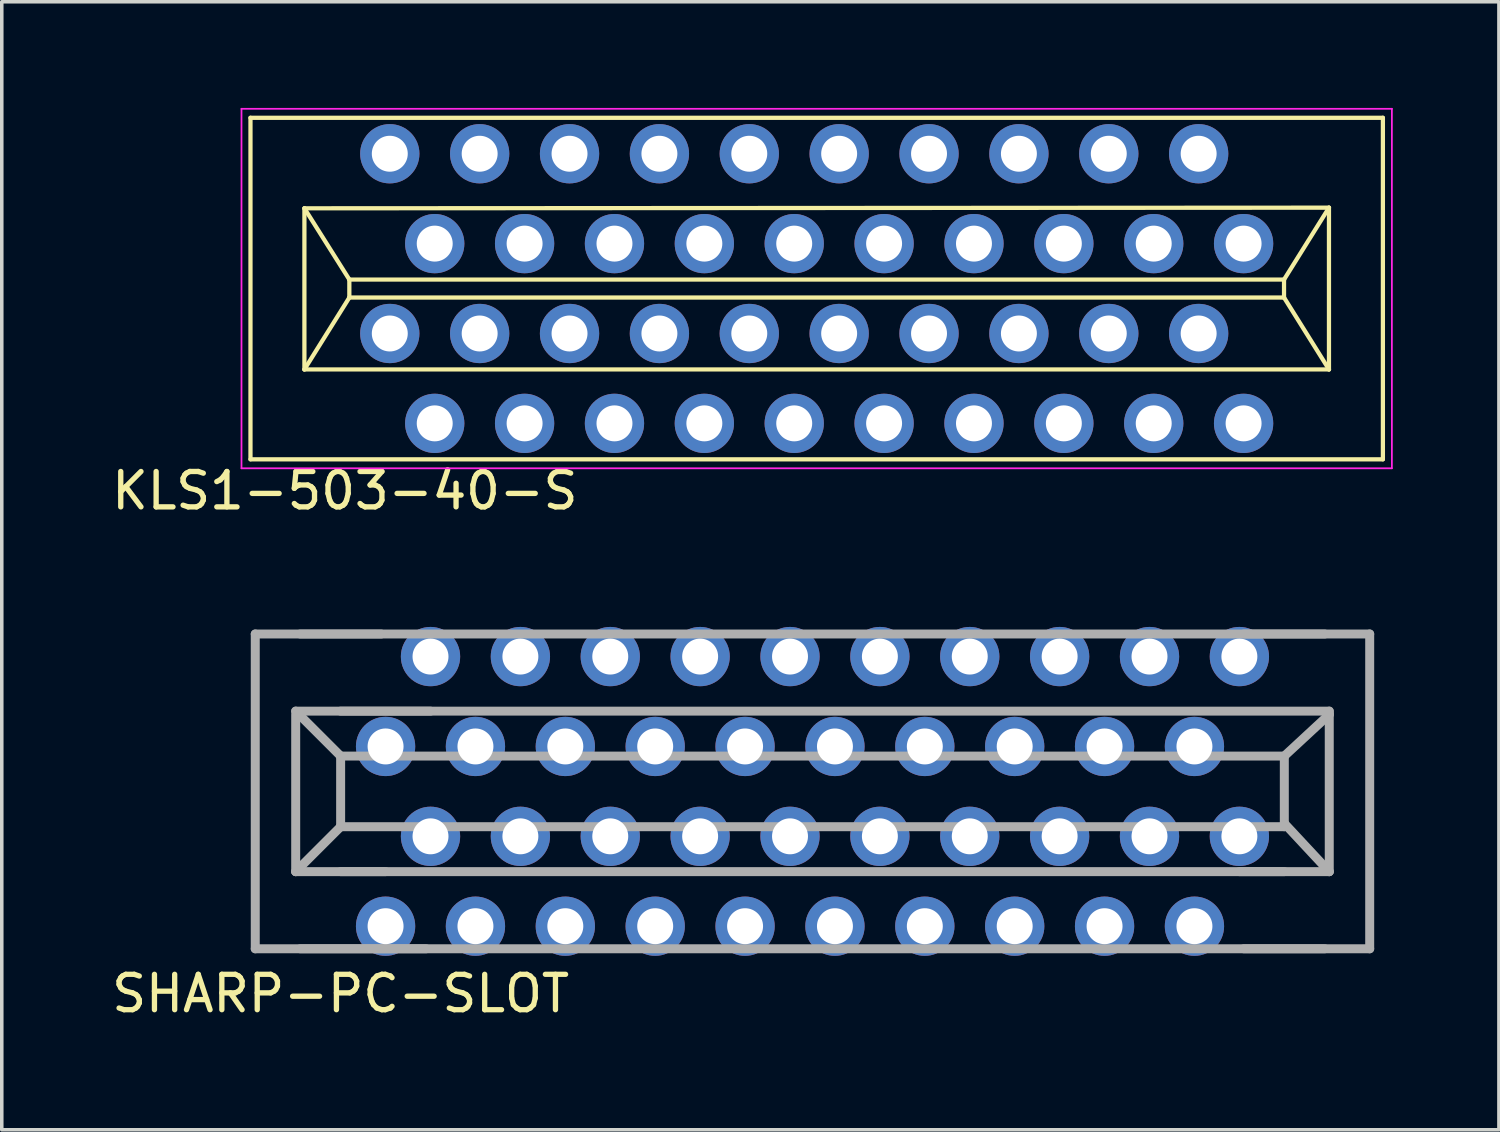
<source format=kicad_pcb>
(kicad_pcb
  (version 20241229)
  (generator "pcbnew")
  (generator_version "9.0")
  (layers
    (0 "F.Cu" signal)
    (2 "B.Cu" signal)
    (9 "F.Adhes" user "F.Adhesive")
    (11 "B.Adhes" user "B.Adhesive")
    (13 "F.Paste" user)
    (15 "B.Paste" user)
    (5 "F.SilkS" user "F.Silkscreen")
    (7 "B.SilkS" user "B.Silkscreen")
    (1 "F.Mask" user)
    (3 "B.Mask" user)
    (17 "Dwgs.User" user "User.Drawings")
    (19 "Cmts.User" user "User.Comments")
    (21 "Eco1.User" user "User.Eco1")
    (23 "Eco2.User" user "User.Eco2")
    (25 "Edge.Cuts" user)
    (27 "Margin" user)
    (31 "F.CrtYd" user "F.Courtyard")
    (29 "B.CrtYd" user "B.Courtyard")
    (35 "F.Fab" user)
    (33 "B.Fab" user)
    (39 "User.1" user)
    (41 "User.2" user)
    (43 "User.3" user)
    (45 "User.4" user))
  (footprint "KLS1-503-40-S"
    (layer "F.Cu")
    (at 20.031 5.105)
    (property "Reference" "KLS1-503-40-S" (at -13.335 5.715 0) (layer "F.SilkS") (effects (font (size 1 1) (thickness 0.15))))
    (attr exclude_from_pos_files exclude_from_bom)
    (fp_line (start -16.002 -4.826) (end -16.002 4.826) (stroke (width 0.12) (type solid)) (layer "F.SilkS"))
    (fp_line (start -16.002 4.826) (end 16.002 4.826) (stroke (width 0.12) (type solid)) (layer "F.SilkS"))
    (fp_line (start -14.478 -2.268) (end -14.478 2.286) (stroke (width 0.12) (type solid)) (layer "F.SilkS"))
    (fp_line (start -14.478 -2.268) (end -13.208 -0.254) (stroke (width 0.12) (type solid)) (layer "F.SilkS"))
    (fp_line (start -14.478 2.286) (end -13.208 0.254) (stroke (width 0.12) (type solid)) (layer "F.SilkS"))
    (fp_line (start -14.478 2.286) (end 14.478 2.286) (stroke (width 0.12) (type solid)) (layer "F.SilkS"))
    (fp_line (start -13.208 -0.254) (end -13.208 0.254) (stroke (width 0.12) (type solid)) (layer "F.SilkS"))
    (fp_line (start -13.208 0.254) (end 13.208 0.254) (stroke (width 0.12) (type solid)) (layer "F.SilkS"))
    (fp_line (start 13.208 -0.254) (end -13.208 -0.254) (stroke (width 0.12) (type solid)) (layer "F.SilkS"))
    (fp_line (start 13.208 0.254) (end 13.208 -0.254) (stroke (width 0.12) (type solid)) (layer "F.SilkS"))
    (fp_line (start 14.478 -2.286) (end -14.478 -2.268) (stroke (width 0.12) (type solid)) (layer "F.SilkS"))
    (fp_line (start 14.478 -2.286) (end 13.208 -0.254) (stroke (width 0.12) (type solid)) (layer "F.SilkS"))
    (fp_line (start 14.478 2.286) (end 13.208 0.254) (stroke (width 0.12) (type solid)) (layer "F.SilkS"))
    (fp_line (start 14.478 2.286) (end 14.478 -2.286) (stroke (width 0.12) (type solid)) (layer "F.SilkS"))
    (fp_line (start 16.002 -4.826) (end -16.002 -4.826) (stroke (width 0.12) (type solid)) (layer "F.SilkS"))
    (fp_line (start 16.002 4.826) (end 16.002 -4.826) (stroke (width 0.12) (type solid)) (layer "F.SilkS"))
    (fp_line (start -16.256 -5.08) (end 16.256 -5.08) (stroke (width 0.05) (type solid)) (layer "F.CrtYd"))
    (fp_line (start -16.256 5.08) (end -16.256 -5.08) (stroke (width 0.05) (type solid)) (layer "F.CrtYd"))
    (fp_line (start 16.256 -5.08) (end 16.256 5.08) (stroke (width 0.05) (type solid)) (layer "F.CrtYd"))
    (fp_line (start 16.256 5.08) (end -16.256 5.08) (stroke (width 0.05) (type solid)) (layer "F.CrtYd"))
    (pad "1" thru_hole circle (at -12.065 1.27) (size 1.676 1.676) (drill 1.016) (layers "*.Cu" "*.Mask"))
    (pad "2" thru_hole circle (at -10.795 3.81) (size 1.676 1.676) (drill 1.016) (layers "*.Cu" "*.Mask"))
    (pad "3" thru_hole circle (at -9.525 1.27) (size 1.676 1.676) (drill 1.016) (layers "*.Cu" "*.Mask"))
    (pad "4" thru_hole circle (at -8.255 3.81) (size 1.676 1.676) (drill 1.016) (layers "*.Cu" "*.Mask"))
    (pad "5" thru_hole circle (at -6.985 1.27 90) (size 1.676 1.676) (drill 1.016) (layers "*.Cu" "*.Mask"))
    (pad "6" thru_hole circle (at -5.715 3.81) (size 1.676 1.676) (drill 1.016) (layers "*.Cu" "*.Mask"))
    (pad "7" thru_hole circle (at -4.445 1.27) (size 1.676 1.676) (drill 1.016) (layers "*.Cu" "*.Mask"))
    (pad "8" thru_hole circle (at -3.175 3.81) (size 1.676 1.676) (drill 1.016) (layers "*.Cu" "*.Mask"))
    (pad "9" thru_hole circle (at -1.905 1.27) (size 1.676 1.676) (drill 1.016) (layers "*.Cu" "*.Mask"))
    (pad "10" thru_hole circle (at -0.635 3.81) (size 1.676 1.676) (drill 1.016) (layers "*.Cu" "*.Mask"))
    (pad "11" thru_hole circle (at 0.635 1.27) (size 1.676 1.676) (drill 1.016) (layers "*.Cu" "*.Mask"))
    (pad "12" thru_hole circle (at 1.905 3.81) (size 1.676 1.676) (drill 1.016) (layers "*.Cu" "*.Mask"))
    (pad "13" thru_hole circle (at 3.175 1.27) (size 1.676 1.676) (drill 1.016) (layers "*.Cu" "*.Mask"))
    (pad "14" thru_hole circle (at 4.445 3.81) (size 1.676 1.676) (drill 1.016) (layers "*.Cu" "*.Mask"))
    (pad "15" thru_hole circle (at 5.715 1.27) (size 1.676 1.676) (drill 1.016) (layers "*.Cu" "*.Mask"))
    (pad "16" thru_hole circle (at 6.985 3.81) (size 1.676 1.676) (drill 1.016) (layers "*.Cu" "*.Mask"))
    (pad "17" thru_hole circle (at 8.255 1.27) (size 1.676 1.676) (drill 1.016) (layers "*.Cu" "*.Mask"))
    (pad "18" thru_hole circle (at 9.525 3.81) (size 1.676 1.676) (drill 1.016) (layers "*.Cu" "*.Mask"))
    (pad "19" thru_hole circle (at 10.795 1.27) (size 1.676 1.676) (drill 1.016) (layers "*.Cu" "*.Mask"))
    (pad "20" thru_hole circle (at 12.065 3.81) (size 1.676 1.676) (drill 1.016) (layers "*.Cu" "*.Mask"))
    (pad "21" thru_hole circle (at -12.065 -3.81) (size 1.676 1.676) (drill 1.016) (layers "*.Cu" "*.Mask"))
    (pad "22" thru_hole circle (at -10.795 -1.27) (size 1.676 1.676) (drill 1.016) (layers "*.Cu" "*.Mask"))
    (pad "23" thru_hole circle (at -9.525 -3.81) (size 1.676 1.676) (drill 1.016) (layers "*.Cu" "*.Mask"))
    (pad "24" thru_hole circle (at -8.255 -1.27) (size 1.676 1.676) (drill 1.016) (layers "*.Cu" "*.Mask"))
    (pad "25" thru_hole circle (at -6.985 -3.81) (size 1.676 1.676) (drill 1.016) (layers "*.Cu" "*.Mask"))
    (pad "26" thru_hole circle (at -5.715 -1.27) (size 1.676 1.676) (drill 1.016) (layers "*.Cu" "*.Mask"))
    (pad "27" thru_hole circle (at -4.445 -3.81) (size 1.676 1.676) (drill 1.016) (layers "*.Cu" "*.Mask"))
    (pad "28" thru_hole circle (at -3.175 -1.27) (size 1.676 1.676) (drill 1.016) (layers "*.Cu" "*.Mask"))
    (pad "29" thru_hole circle (at -1.905 -3.81) (size 1.676 1.676) (drill 1.016) (layers "*.Cu" "*.Mask"))
    (pad "30" thru_hole circle (at -0.635 -1.27) (size 1.676 1.676) (drill 1.016) (layers "*.Cu" "*.Mask"))
    (pad "31" thru_hole circle (at 0.635 -3.81) (size 1.676 1.676) (drill 1.016) (layers "*.Cu" "*.Mask"))
    (pad "32" thru_hole circle (at 1.905 -1.27) (size 1.676 1.676) (drill 1.016) (layers "*.Cu" "*.Mask"))
    (pad "33" thru_hole circle (at 3.175 -3.81) (size 1.676 1.676) (drill 1.016) (layers "*.Cu" "*.Mask"))
    (pad "34" thru_hole circle (at 4.445 -1.27) (size 1.676 1.676) (drill 1.016) (layers "*.Cu" "*.Mask"))
    (pad "35" thru_hole circle (at 5.715 -3.81) (size 1.676 1.676) (drill 1.016) (layers "*.Cu" "*.Mask"))
    (pad "36" thru_hole circle (at 6.985 -1.27) (size 1.676 1.676) (drill 1.016) (layers "*.Cu" "*.Mask"))
    (pad "37" thru_hole circle (at 8.255 -3.81) (size 1.676 1.676) (drill 1.016) (layers "*.Cu" "*.Mask"))
    (pad "38" thru_hole circle (at 9.525 -1.27) (size 1.676 1.676) (drill 1.016) (layers "*.Cu" "*.Mask"))
    (pad "39" thru_hole circle (at 10.795 -3.81) (size 1.676 1.676) (drill 1.016) (layers "*.Cu" "*.Mask"))
    (pad "40" thru_hole circle (at 12.065 -1.27) (size 1.676 1.676) (drill 1.016) (layers "*.Cu" "*.Mask")))
  (footprint "SHARP-PC-SLOT"
    (layer "F.Cu")
    (at 19.912 19.316)
    (property "Reference" "SHARP-PC-SLOT" (at -13.335 5.715 0) (layer "F.SilkS") (effects (font (size 1 1) (thickness 0.15))))
    (attr exclude_from_pos_files exclude_from_bom)
    (fp_line (start -15.748 -4.448) (end -15.748 4.448) (stroke (width 0.254) (type solid)) (layer "F.Fab"))
    (fp_line (start -15.748 4.448) (end -10.919 4.448) (stroke (width 0.254) (type solid)) (layer "F.Fab"))
    (fp_line (start -14.605 -2.268) (end -13.335 -0.998) (stroke (width 0.254) (type solid)) (layer "F.Fab"))
    (fp_line (start -14.605 -2.174) (end -14.605 2.268) (stroke (width 0.254) (type solid)) (layer "F.Fab"))
    (fp_line (start -14.605 2.268) (end -13.335 0.998) (stroke (width 0.254) (type solid)) (layer "F.Fab"))
    (fp_line (start -14.605 2.268) (end -12.065 2.268) (stroke (width 0.254) (type solid)) (layer "F.Fab"))
    (fp_line (start -14.478 4.448) (end 14.478 4.448) (stroke (width 0.254) (type solid)) (layer "F.Fab"))
    (fp_line (start -13.335 -0.998) (end -13.335 0.998) (stroke (width 0.254) (type solid)) (layer "F.Fab"))
    (fp_line (start -13.335 0.998) (end 13.335 0.998) (stroke (width 0.254) (type solid)) (layer "F.Fab"))
    (fp_line (start -13.335 2.268) (end 13.335 2.268) (stroke (width 0.254) (type solid)) (layer "F.Fab"))
    (fp_line (start -12.189 -4.448) (end -15.748 -4.448) (stroke (width 0.254) (type solid)) (layer "F.Fab"))
    (fp_line (start -10.795 -2.268) (end -14.605 -2.268) (stroke (width 0.254) (type solid)) (layer "F.Fab"))
    (fp_line (start 12.065 2.268) (end 14.605 2.268) (stroke (width 0.254) (type solid)) (layer "F.Fab"))
    (fp_line (start 12.189 4.448) (end 15.748 4.448) (stroke (width 0.254) (type solid)) (layer "F.Fab"))
    (fp_line (start 13.335 -0.998) (end -13.335 -0.998) (stroke (width 0.254) (type solid)) (layer "F.Fab"))
    (fp_line (start 13.335 0.904) (end 13.335 -0.998) (stroke (width 0.254) (type solid)) (layer "F.Fab"))
    (fp_line (start 13.335 0.998) (end 13.335 0.904) (stroke (width 0.254) (type solid)) (layer "F.Fab"))
    (fp_line (start 14.478 -4.448) (end -14.478 -4.448) (stroke (width 0.254) (type solid)) (layer "F.Fab"))
    (fp_line (start 14.605 -2.268) (end -13.335 -2.268) (stroke (width 0.254) (type solid)) (layer "F.Fab"))
    (fp_line (start 14.605 -2.174) (end 13.335 -0.998) (stroke (width 0.254) (type solid)) (layer "F.Fab"))
    (fp_line (start 14.605 -2.174) (end 14.605 -2.268) (stroke (width 0.254) (type solid)) (layer "F.Fab"))
    (fp_line (start 14.605 2.268) (end 13.335 0.904) (stroke (width 0.254) (type solid)) (layer "F.Fab"))
    (fp_line (start 14.605 2.268) (end 14.605 -2.174) (stroke (width 0.254) (type solid)) (layer "F.Fab"))
    (fp_line (start 15.748 -4.448) (end 12.189 -4.448) (stroke (width 0.254) (type solid)) (layer "F.Fab"))
    (fp_line (start 15.748 4.448) (end 15.748 -4.448) (stroke (width 0.254) (type solid)) (layer "F.Fab"))
    (pad "1" thru_hole circle (at -12.065 3.81) (size 1.676 1.676) (drill 1.016) (layers "*.Cu" "*.Mask"))
    (pad "2" thru_hole circle (at -10.795 1.27) (size 1.676 1.676) (drill 1.016) (layers "*.Cu" "*.Mask"))
    (pad "3" thru_hole circle (at -9.525 3.81) (size 1.676 1.676) (drill 1.016) (layers "*.Cu" "*.Mask"))
    (pad "4" thru_hole circle (at -8.255 1.27) (size 1.676 1.676) (drill 1.016) (layers "*.Cu" "*.Mask"))
    (pad "5" thru_hole circle (at -6.985 3.81 90) (size 1.676 1.676) (drill 1.016) (layers "*.Cu" "*.Mask"))
    (pad "6" thru_hole circle (at -5.715 1.27) (size 1.676 1.676) (drill 1.016) (layers "*.Cu" "*.Mask"))
    (pad "7" thru_hole circle (at -4.445 3.81) (size 1.676 1.676) (drill 1.016) (layers "*.Cu" "*.Mask"))
    (pad "8" thru_hole circle (at -3.175 1.27) (size 1.676 1.676) (drill 1.016) (layers "*.Cu" "*.Mask"))
    (pad "9" thru_hole circle (at -1.905 3.81) (size 1.676 1.676) (drill 1.016) (layers "*.Cu" "*.Mask"))
    (pad "10" thru_hole circle (at -0.635 1.27) (size 1.676 1.676) (drill 1.016) (layers "*.Cu" "*.Mask"))
    (pad "11" thru_hole circle (at 0.635 3.81) (size 1.676 1.676) (drill 1.016) (layers "*.Cu" "*.Mask"))
    (pad "12" thru_hole circle (at 1.905 1.27) (size 1.676 1.676) (drill 1.016) (layers "*.Cu" "*.Mask"))
    (pad "13" thru_hole circle (at 3.175 3.81) (size 1.676 1.676) (drill 1.016) (layers "*.Cu" "*.Mask"))
    (pad "14" thru_hole circle (at 4.445 1.27) (size 1.676 1.676) (drill 1.016) (layers "*.Cu" "*.Mask"))
    (pad "15" thru_hole circle (at 5.715 3.81) (size 1.676 1.676) (drill 1.016) (layers "*.Cu" "*.Mask"))
    (pad "16" thru_hole circle (at 6.985 1.27) (size 1.676 1.676) (drill 1.016) (layers "*.Cu" "*.Mask"))
    (pad "17" thru_hole circle (at 8.255 3.81) (size 1.676 1.676) (drill 1.016) (layers "*.Cu" "*.Mask"))
    (pad "18" thru_hole circle (at 9.525 1.27) (size 1.676 1.676) (drill 1.016) (layers "*.Cu" "*.Mask"))
    (pad "19" thru_hole circle (at 10.795 3.81) (size 1.676 1.676) (drill 1.016) (layers "*.Cu" "*.Mask"))
    (pad "20" thru_hole circle (at 12.065 1.27) (size 1.676 1.676) (drill 1.016) (layers "*.Cu" "*.Mask"))
    (pad "21" thru_hole circle (at -12.065 -1.27) (size 1.676 1.676) (drill 1.016) (layers "*.Cu" "*.Mask"))
    (pad "22" thru_hole circle (at -10.795 -3.81) (size 1.676 1.676) (drill 1.016) (layers "*.Cu" "*.Mask"))
    (pad "23" thru_hole circle (at -9.525 -1.27) (size 1.676 1.676) (drill 1.016) (layers "*.Cu" "*.Mask"))
    (pad "24" thru_hole circle (at -8.255 -3.81) (size 1.676 1.676) (drill 1.016) (layers "*.Cu" "*.Mask"))
    (pad "25" thru_hole circle (at -6.985 -1.27) (size 1.676 1.676) (drill 1.016) (layers "*.Cu" "*.Mask"))
    (pad "26" thru_hole circle (at -5.715 -3.81) (size 1.676 1.676) (drill 1.016) (layers "*.Cu" "*.Mask"))
    (pad "27" thru_hole circle (at -4.445 -1.27) (size 1.676 1.676) (drill 1.016) (layers "*.Cu" "*.Mask"))
    (pad "28" thru_hole circle (at -3.175 -3.81) (size 1.676 1.676) (drill 1.016) (layers "*.Cu" "*.Mask"))
    (pad "29" thru_hole circle (at -1.905 -1.27) (size 1.676 1.676) (drill 1.016) (layers "*.Cu" "*.Mask"))
    (pad "30" thru_hole circle (at -0.635 -3.81) (size 1.676 1.676) (drill 1.016) (layers "*.Cu" "*.Mask"))
    (pad "31" thru_hole circle (at 0.635 -1.27) (size 1.676 1.676) (drill 1.016) (layers "*.Cu" "*.Mask"))
    (pad "32" thru_hole circle (at 1.905 -3.81) (size 1.676 1.676) (drill 1.016) (layers "*.Cu" "*.Mask"))
    (pad "33" thru_hole circle (at 3.175 -1.27) (size 1.676 1.676) (drill 1.016) (layers "*.Cu" "*.Mask"))
    (pad "34" thru_hole circle (at 4.445 -3.81) (size 1.676 1.676) (drill 1.016) (layers "*.Cu" "*.Mask"))
    (pad "35" thru_hole circle (at 5.715 -1.27) (size 1.676 1.676) (drill 1.016) (layers "*.Cu" "*.Mask"))
    (pad "36" thru_hole circle (at 6.985 -3.81) (size 1.676 1.676) (drill 1.016) (layers "*.Cu" "*.Mask"))
    (pad "37" thru_hole circle (at 8.255 -1.27) (size 1.676 1.676) (drill 1.016) (layers "*.Cu" "*.Mask"))
    (pad "38" thru_hole circle (at 9.525 -3.81) (size 1.676 1.676) (drill 1.016) (layers "*.Cu" "*.Mask"))
    (pad "39" thru_hole circle (at 10.795 -1.27) (size 1.676 1.676) (drill 1.016) (layers "*.Cu" "*.Mask"))
    (pad "40" thru_hole circle (at 12.065 -3.81) (size 1.676 1.676) (drill 1.016) (layers "*.Cu" "*.Mask")))
  (gr_rect
    (start -3 -3)
    (end 39.312 28.88)
    (stroke (width 0.1) (type default))
    (fill no)
    (layer "Edge.Cuts")))
</source>
